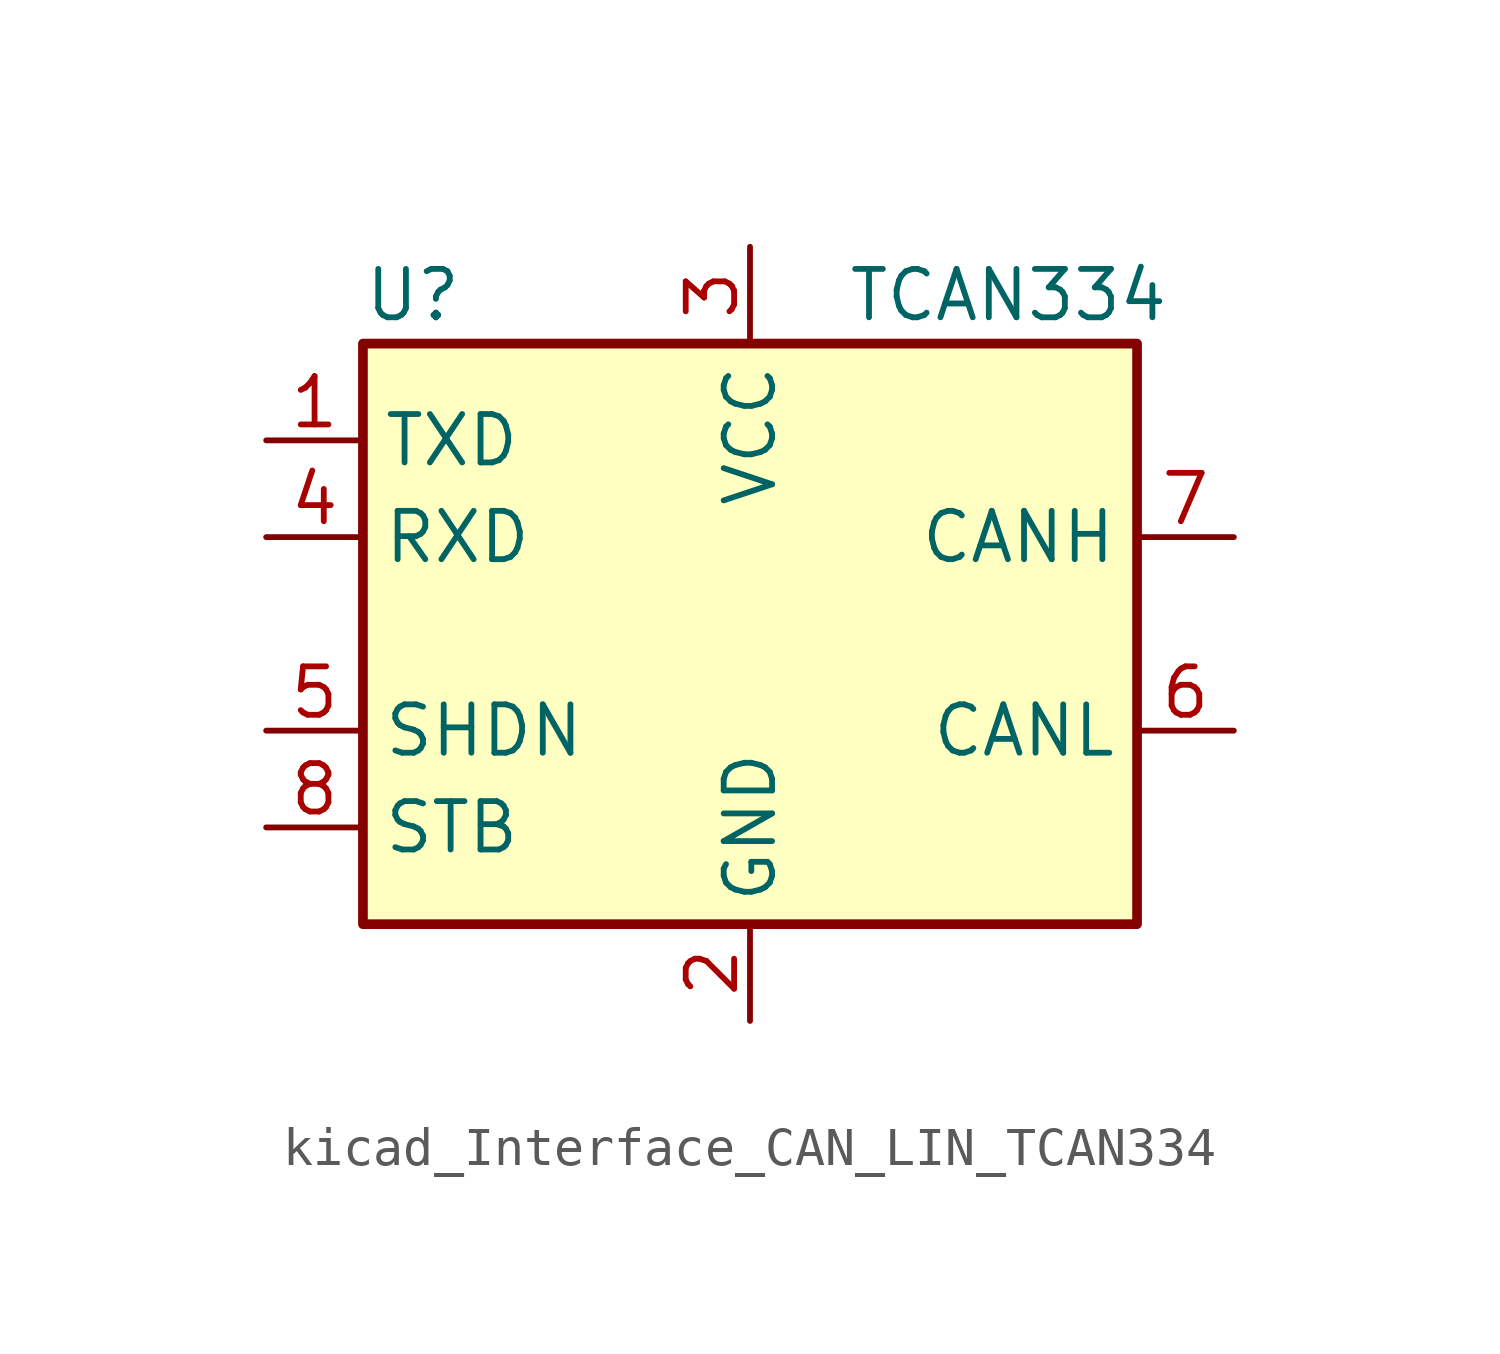
<source format=kicad_sym>
(kicad_symbol_lib
  (version 20220914)
  (generator kicad_symbol_editor)
  (symbol "kicad_Interface_CAN_LIN_TCAN334"
    (property "Reference" "U"
      (at -10.16 8.89 0)
      (effects (font (size 1.27 1.27)) (justify left)))
    (property "Value" "TCAN334"
      (at 2.54 8.89 0)
      (effects (font (size 1.27 1.27)) (justify left)))
    (symbol "kicad_Interface_CAN_LIN_TCAN334_0_1"
      (rectangle (start -10.16 7.62) (end 10.16 -7.62) (stroke (width 0.254) (type default)) (fill (type background))))
    (symbol "kicad_Interface_CAN_LIN_TCAN334_1_1"
      (pin input line (at -12.7 5.08 0) (length 2.54) (name "TXD" (effects (font (size 1.27 1.27)))) (number "1" (effects (font (size 1.27 1.27)))))
      (pin power_in line (at 0 -10.16 90) (length 2.54) (name "GND" (effects (font (size 1.27 1.27)))) (number "2" (effects (font (size 1.27 1.27)))))
      (pin power_in line (at 0 10.16 270) (length 2.54) (name "VCC" (effects (font (size 1.27 1.27)))) (number "3" (effects (font (size 1.27 1.27)))))
      (pin tri_state line (at -12.7 2.54 0) (length 2.54) (name "RXD" (effects (font (size 1.27 1.27)))) (number "4" (effects (font (size 1.27 1.27)))))
      (pin input line (at -12.7 -2.54 0) (length 2.54) (name "SHDN" (effects (font (size 1.27 1.27)))) (number "5" (effects (font (size 1.27 1.27)))))
      (pin bidirectional line (at 12.7 -2.54 180) (length 2.54) (name "CANL" (effects (font (size 1.27 1.27)))) (number "6" (effects (font (size 1.27 1.27)))))
      (pin bidirectional line (at 12.7 2.54 180) (length 2.54) (name "CANH" (effects (font (size 1.27 1.27)))) (number "7" (effects (font (size 1.27 1.27)))))
      (pin input line (at -12.7 -5.08 0) (length 2.54) (name "STB" (effects (font (size 1.27 1.27)))) (number "8" (effects (font (size 1.27 1.27))))))))
</source>
